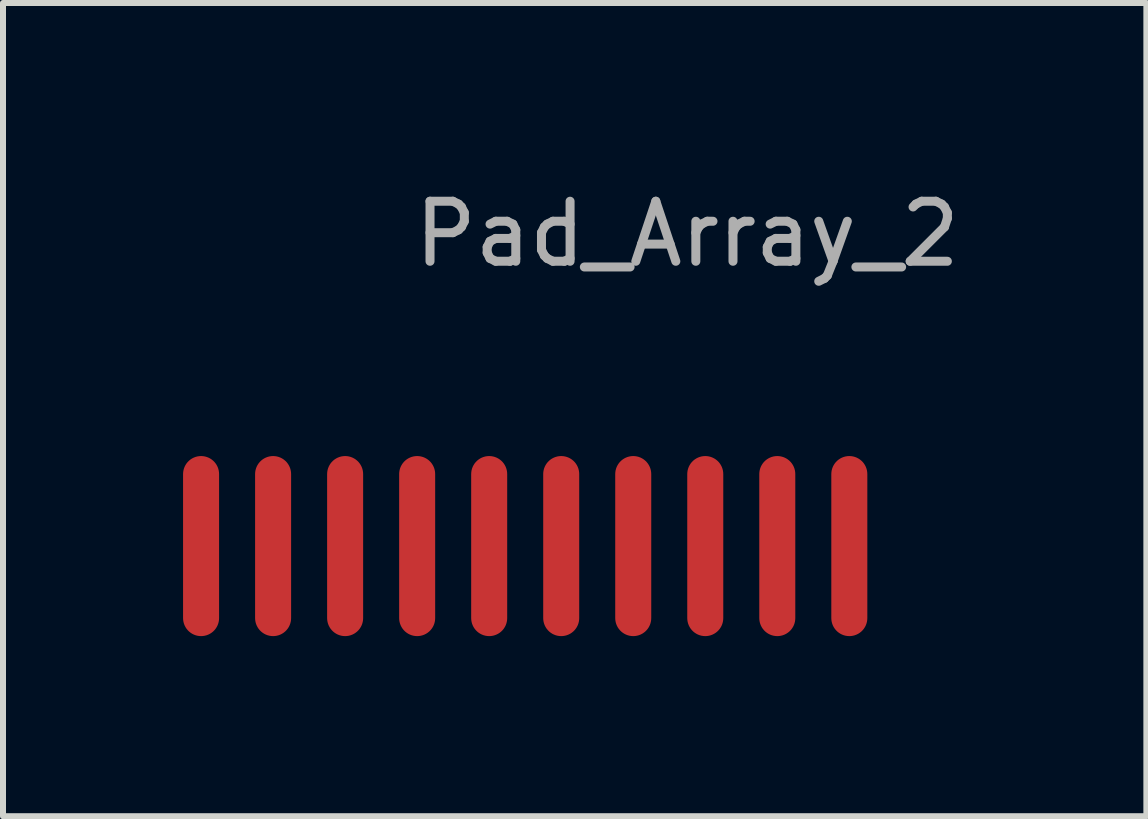
<source format=kicad_pcb>
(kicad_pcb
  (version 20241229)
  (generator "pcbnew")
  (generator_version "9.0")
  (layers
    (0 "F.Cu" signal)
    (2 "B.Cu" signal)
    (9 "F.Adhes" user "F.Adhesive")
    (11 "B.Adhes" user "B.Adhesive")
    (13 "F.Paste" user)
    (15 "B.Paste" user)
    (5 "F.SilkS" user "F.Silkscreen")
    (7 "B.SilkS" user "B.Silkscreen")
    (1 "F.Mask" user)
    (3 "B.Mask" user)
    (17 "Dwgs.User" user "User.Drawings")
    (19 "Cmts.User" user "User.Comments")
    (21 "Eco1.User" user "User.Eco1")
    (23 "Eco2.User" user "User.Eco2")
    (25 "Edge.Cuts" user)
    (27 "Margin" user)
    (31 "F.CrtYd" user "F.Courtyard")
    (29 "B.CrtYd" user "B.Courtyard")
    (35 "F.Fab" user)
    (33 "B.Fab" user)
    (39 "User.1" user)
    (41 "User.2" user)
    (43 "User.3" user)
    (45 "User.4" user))
  (footprint "Pad_Array_2"
    (layer "F.Cu")
    (at 5.7 6.048)
    (property "Reference" "Pad_Array_2" (at 2.7 -5.2 0) (layer "F.Fab") (effects (font (size 1 1) (thickness 0.15))))
    (attr through_hole)
    (pad "1" smd oval (at -5.4 0 90) (size 3 0.6) (layers "F.Cu" "F.Mask" "F.Paste"))
    (pad "2" smd oval (at -4.2 0 90) (size 3 0.6) (layers "F.Cu" "F.Mask" "F.Paste"))
    (pad "3" smd oval (at -3 0 90) (size 3 0.6) (layers "F.Cu" "F.Mask" "F.Paste"))
    (pad "4" smd oval (at -1.8 0 90) (size 3 0.6) (layers "F.Cu" "F.Mask" "F.Paste"))
    (pad "5" smd oval (at -0.6 0 90) (size 3 0.6) (layers "F.Cu" "F.Mask" "F.Paste"))
    (pad "6" smd oval (at 0.6 0 90) (size 3 0.6) (layers "F.Cu" "F.Mask" "F.Paste"))
    (pad "7" smd oval (at 1.8 0 90) (size 3 0.6) (layers "F.Cu" "F.Mask" "F.Paste"))
    (pad "8" smd oval (at 3 0 90) (size 3 0.6) (layers "F.Cu" "F.Mask" "F.Paste"))
    (pad "9" smd oval (at 4.2 0 90) (size 3 0.6) (layers "F.Cu" "F.Mask" "F.Paste"))
    (pad "10" smd oval (at 5.4 0 90) (size 3 0.6) (layers "F.Cu" "F.Mask" "F.Paste")))
  (gr_rect
    (start -3 -3)
    (end 16.049 10.548)
    (stroke (width 0.1) (type default))
    (fill no)
    (layer "Edge.Cuts")))
</source>
